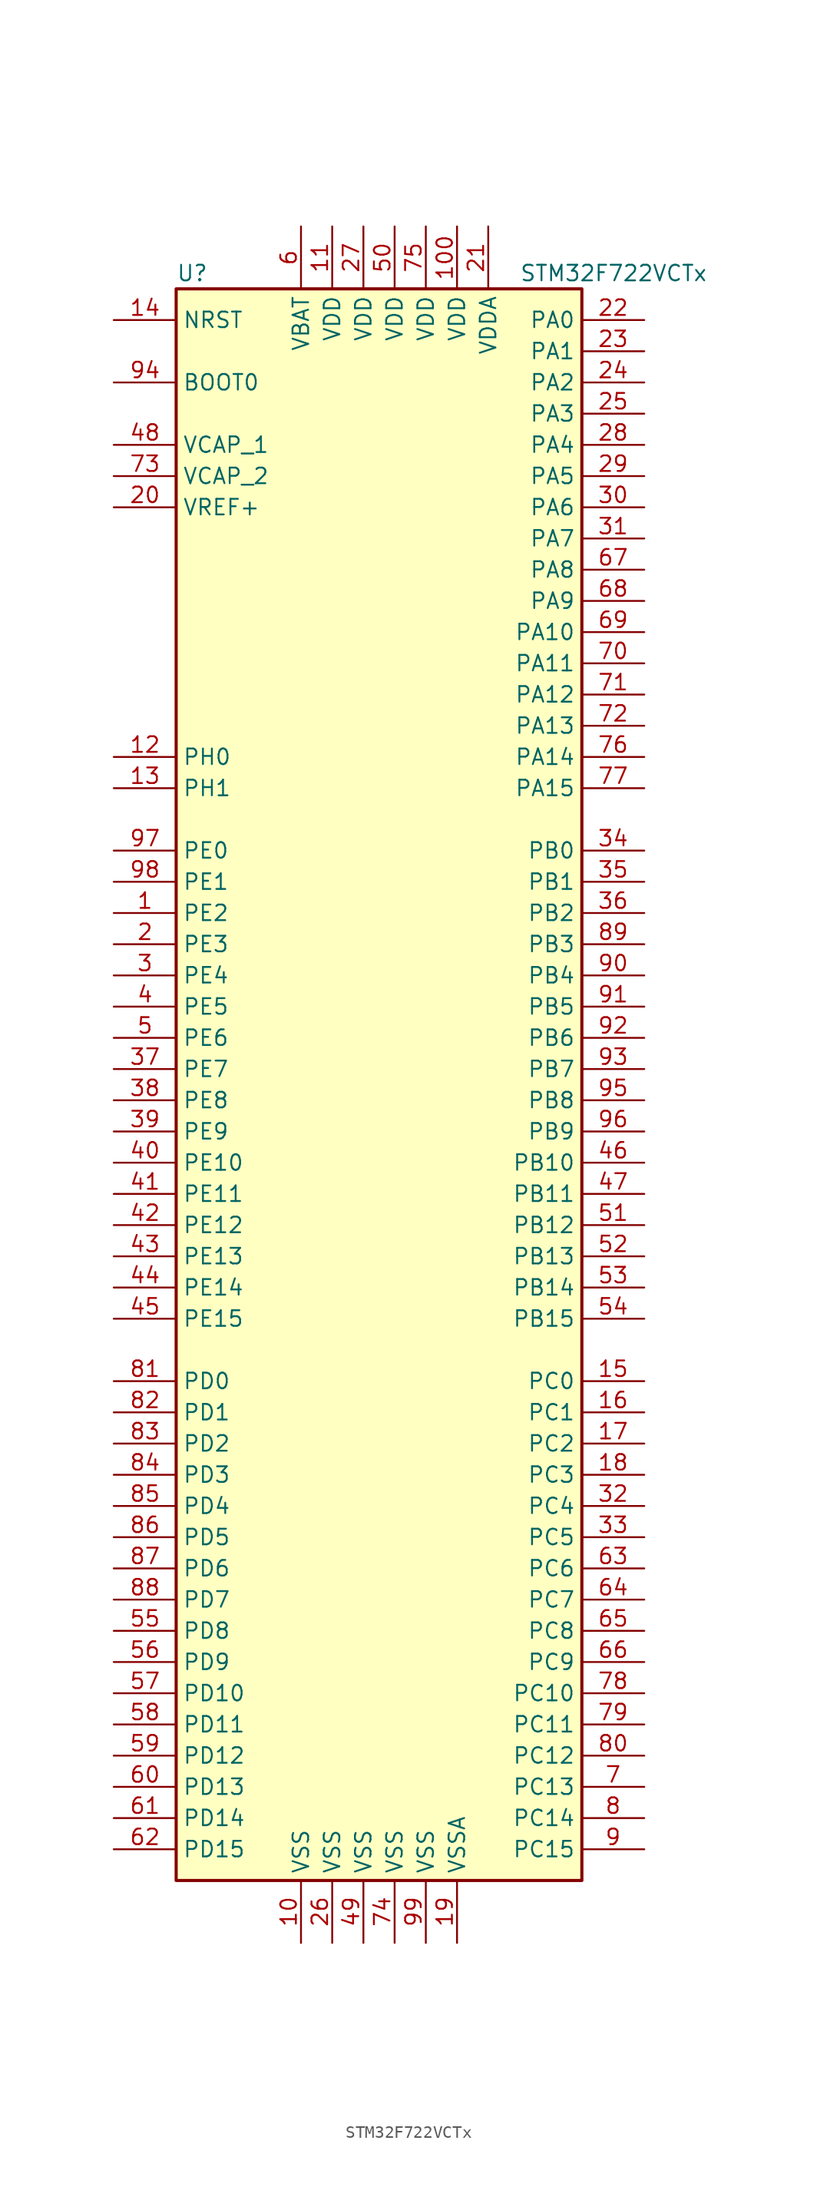
<source format=kicad_sym>
(kicad_symbol_lib
  (version 20201005)
  (generator kicad_symbol_editor)
  (symbol "STM32F722VCTx"
    (property "Reference" "U"
      (at -17.78 64.77 0)
      (effects (font (size 1.27 1.27)) (justify left)))
    (property "Value" "STM32F722VCTx"
      (at 10.16 64.77 0)
      (effects (font (size 1.27 1.27)) (justify left)))
    (symbol "STM32F722VCTx_0_1"
      (rectangle (start -17.78 -66.04) (end 15.24 63.5) (stroke (width 0.254)) (fill (type background))))
    (symbol "STM32F722VCTx_1_1"
      (pin input line (at -22.86 55.88 0) (length 5.08) (name "BOOT0" (effects (font (size 1.27 1.27)))) (number "94" (effects (font (size 1.27 1.27)))))
      (pin input line (at -22.86 60.96 0) (length 5.08) (name "NRST" (effects (font (size 1.27 1.27)))) (number "14" (effects (font (size 1.27 1.27)))))
      (pin bidirectional line (at 20.32 60.96 180) (length 5.08) (name "PA0" (effects (font (size 1.27 1.27)))) (number "22" (effects (font (size 1.27 1.27)))))
      (pin bidirectional line (at 20.32 58.42 180) (length 5.08) (name "PA1" (effects (font (size 1.27 1.27)))) (number "23" (effects (font (size 1.27 1.27)))))
      (pin bidirectional line (at 20.32 35.56 180) (length 5.08) (name "PA10" (effects (font (size 1.27 1.27)))) (number "69" (effects (font (size 1.27 1.27)))))
      (pin bidirectional line (at 20.32 33.02 180) (length 5.08) (name "PA11" (effects (font (size 1.27 1.27)))) (number "70" (effects (font (size 1.27 1.27)))))
      (pin bidirectional line (at 20.32 30.48 180) (length 5.08) (name "PA12" (effects (font (size 1.27 1.27)))) (number "71" (effects (font (size 1.27 1.27)))))
      (pin bidirectional line (at 20.32 27.94 180) (length 5.08) (name "PA13" (effects (font (size 1.27 1.27)))) (number "72" (effects (font (size 1.27 1.27)))))
      (pin bidirectional line (at 20.32 25.4 180) (length 5.08) (name "PA14" (effects (font (size 1.27 1.27)))) (number "76" (effects (font (size 1.27 1.27)))))
      (pin bidirectional line (at 20.32 22.86 180) (length 5.08) (name "PA15" (effects (font (size 1.27 1.27)))) (number "77" (effects (font (size 1.27 1.27)))))
      (pin bidirectional line (at 20.32 55.88 180) (length 5.08) (name "PA2" (effects (font (size 1.27 1.27)))) (number "24" (effects (font (size 1.27 1.27)))))
      (pin bidirectional line (at 20.32 53.34 180) (length 5.08) (name "PA3" (effects (font (size 1.27 1.27)))) (number "25" (effects (font (size 1.27 1.27)))))
      (pin bidirectional line (at 20.32 50.8 180) (length 5.08) (name "PA4" (effects (font (size 1.27 1.27)))) (number "28" (effects (font (size 1.27 1.27)))))
      (pin bidirectional line (at 20.32 48.26 180) (length 5.08) (name "PA5" (effects (font (size 1.27 1.27)))) (number "29" (effects (font (size 1.27 1.27)))))
      (pin bidirectional line (at 20.32 45.72 180) (length 5.08) (name "PA6" (effects (font (size 1.27 1.27)))) (number "30" (effects (font (size 1.27 1.27)))))
      (pin bidirectional line (at 20.32 43.18 180) (length 5.08) (name "PA7" (effects (font (size 1.27 1.27)))) (number "31" (effects (font (size 1.27 1.27)))))
      (pin bidirectional line (at 20.32 40.64 180) (length 5.08) (name "PA8" (effects (font (size 1.27 1.27)))) (number "67" (effects (font (size 1.27 1.27)))))
      (pin bidirectional line (at 20.32 38.1 180) (length 5.08) (name "PA9" (effects (font (size 1.27 1.27)))) (number "68" (effects (font (size 1.27 1.27)))))
      (pin bidirectional line (at 20.32 17.78 180) (length 5.08) (name "PB0" (effects (font (size 1.27 1.27)))) (number "34" (effects (font (size 1.27 1.27)))))
      (pin bidirectional line (at 20.32 15.24 180) (length 5.08) (name "PB1" (effects (font (size 1.27 1.27)))) (number "35" (effects (font (size 1.27 1.27)))))
      (pin bidirectional line (at 20.32 -7.62 180) (length 5.08) (name "PB10" (effects (font (size 1.27 1.27)))) (number "46" (effects (font (size 1.27 1.27)))))
      (pin bidirectional line (at 20.32 -10.16 180) (length 5.08) (name "PB11" (effects (font (size 1.27 1.27)))) (number "47" (effects (font (size 1.27 1.27)))))
      (pin bidirectional line (at 20.32 -12.7 180) (length 5.08) (name "PB12" (effects (font (size 1.27 1.27)))) (number "51" (effects (font (size 1.27 1.27)))))
      (pin bidirectional line (at 20.32 -15.24 180) (length 5.08) (name "PB13" (effects (font (size 1.27 1.27)))) (number "52" (effects (font (size 1.27 1.27)))))
      (pin bidirectional line (at 20.32 -17.78 180) (length 5.08) (name "PB14" (effects (font (size 1.27 1.27)))) (number "53" (effects (font (size 1.27 1.27)))))
      (pin bidirectional line (at 20.32 -20.32 180) (length 5.08) (name "PB15" (effects (font (size 1.27 1.27)))) (number "54" (effects (font (size 1.27 1.27)))))
      (pin bidirectional line (at 20.32 12.7 180) (length 5.08) (name "PB2" (effects (font (size 1.27 1.27)))) (number "36" (effects (font (size 1.27 1.27)))))
      (pin bidirectional line (at 20.32 10.16 180) (length 5.08) (name "PB3" (effects (font (size 1.27 1.27)))) (number "89" (effects (font (size 1.27 1.27)))))
      (pin bidirectional line (at 20.32 7.62 180) (length 5.08) (name "PB4" (effects (font (size 1.27 1.27)))) (number "90" (effects (font (size 1.27 1.27)))))
      (pin bidirectional line (at 20.32 5.08 180) (length 5.08) (name "PB5" (effects (font (size 1.27 1.27)))) (number "91" (effects (font (size 1.27 1.27)))))
      (pin bidirectional line (at 20.32 2.54 180) (length 5.08) (name "PB6" (effects (font (size 1.27 1.27)))) (number "92" (effects (font (size 1.27 1.27)))))
      (pin bidirectional line (at 20.32 0 180) (length 5.08) (name "PB7" (effects (font (size 1.27 1.27)))) (number "93" (effects (font (size 1.27 1.27)))))
      (pin bidirectional line (at 20.32 -2.54 180) (length 5.08) (name "PB8" (effects (font (size 1.27 1.27)))) (number "95" (effects (font (size 1.27 1.27)))))
      (pin bidirectional line (at 20.32 -5.08 180) (length 5.08) (name "PB9" (effects (font (size 1.27 1.27)))) (number "96" (effects (font (size 1.27 1.27)))))
      (pin bidirectional line (at 20.32 -25.4 180) (length 5.08) (name "PC0" (effects (font (size 1.27 1.27)))) (number "15" (effects (font (size 1.27 1.27)))))
      (pin bidirectional line (at 20.32 -27.94 180) (length 5.08) (name "PC1" (effects (font (size 1.27 1.27)))) (number "16" (effects (font (size 1.27 1.27)))))
      (pin bidirectional line (at 20.32 -50.8 180) (length 5.08) (name "PC10" (effects (font (size 1.27 1.27)))) (number "78" (effects (font (size 1.27 1.27)))))
      (pin bidirectional line (at 20.32 -53.34 180) (length 5.08) (name "PC11" (effects (font (size 1.27 1.27)))) (number "79" (effects (font (size 1.27 1.27)))))
      (pin bidirectional line (at 20.32 -55.88 180) (length 5.08) (name "PC12" (effects (font (size 1.27 1.27)))) (number "80" (effects (font (size 1.27 1.27)))))
      (pin bidirectional line (at 20.32 -58.42 180) (length 5.08) (name "PC13" (effects (font (size 1.27 1.27)))) (number "7" (effects (font (size 1.27 1.27)))))
      (pin bidirectional line (at 20.32 -60.96 180) (length 5.08) (name "PC14" (effects (font (size 1.27 1.27)))) (number "8" (effects (font (size 1.27 1.27)))))
      (pin bidirectional line (at 20.32 -63.5 180) (length 5.08) (name "PC15" (effects (font (size 1.27 1.27)))) (number "9" (effects (font (size 1.27 1.27)))))
      (pin bidirectional line (at 20.32 -30.48 180) (length 5.08) (name "PC2" (effects (font (size 1.27 1.27)))) (number "17" (effects (font (size 1.27 1.27)))))
      (pin bidirectional line (at 20.32 -33.02 180) (length 5.08) (name "PC3" (effects (font (size 1.27 1.27)))) (number "18" (effects (font (size 1.27 1.27)))))
      (pin bidirectional line (at 20.32 -35.56 180) (length 5.08) (name "PC4" (effects (font (size 1.27 1.27)))) (number "32" (effects (font (size 1.27 1.27)))))
      (pin bidirectional line (at 20.32 -38.1 180) (length 5.08) (name "PC5" (effects (font (size 1.27 1.27)))) (number "33" (effects (font (size 1.27 1.27)))))
      (pin bidirectional line (at 20.32 -40.64 180) (length 5.08) (name "PC6" (effects (font (size 1.27 1.27)))) (number "63" (effects (font (size 1.27 1.27)))))
      (pin bidirectional line (at 20.32 -43.18 180) (length 5.08) (name "PC7" (effects (font (size 1.27 1.27)))) (number "64" (effects (font (size 1.27 1.27)))))
      (pin bidirectional line (at 20.32 -45.72 180) (length 5.08) (name "PC8" (effects (font (size 1.27 1.27)))) (number "65" (effects (font (size 1.27 1.27)))))
      (pin bidirectional line (at 20.32 -48.26 180) (length 5.08) (name "PC9" (effects (font (size 1.27 1.27)))) (number "66" (effects (font (size 1.27 1.27)))))
      (pin bidirectional line (at -22.86 -25.4 0) (length 5.08) (name "PD0" (effects (font (size 1.27 1.27)))) (number "81" (effects (font (size 1.27 1.27)))))
      (pin bidirectional line (at -22.86 -27.94 0) (length 5.08) (name "PD1" (effects (font (size 1.27 1.27)))) (number "82" (effects (font (size 1.27 1.27)))))
      (pin bidirectional line (at -22.86 -50.8 0) (length 5.08) (name "PD10" (effects (font (size 1.27 1.27)))) (number "57" (effects (font (size 1.27 1.27)))))
      (pin bidirectional line (at -22.86 -53.34 0) (length 5.08) (name "PD11" (effects (font (size 1.27 1.27)))) (number "58" (effects (font (size 1.27 1.27)))))
      (pin bidirectional line (at -22.86 -55.88 0) (length 5.08) (name "PD12" (effects (font (size 1.27 1.27)))) (number "59" (effects (font (size 1.27 1.27)))))
      (pin bidirectional line (at -22.86 -58.42 0) (length 5.08) (name "PD13" (effects (font (size 1.27 1.27)))) (number "60" (effects (font (size 1.27 1.27)))))
      (pin bidirectional line (at -22.86 -60.96 0) (length 5.08) (name "PD14" (effects (font (size 1.27 1.27)))) (number "61" (effects (font (size 1.27 1.27)))))
      (pin bidirectional line (at -22.86 -63.5 0) (length 5.08) (name "PD15" (effects (font (size 1.27 1.27)))) (number "62" (effects (font (size 1.27 1.27)))))
      (pin bidirectional line (at -22.86 -30.48 0) (length 5.08) (name "PD2" (effects (font (size 1.27 1.27)))) (number "83" (effects (font (size 1.27 1.27)))))
      (pin bidirectional line (at -22.86 -33.02 0) (length 5.08) (name "PD3" (effects (font (size 1.27 1.27)))) (number "84" (effects (font (size 1.27 1.27)))))
      (pin bidirectional line (at -22.86 -35.56 0) (length 5.08) (name "PD4" (effects (font (size 1.27 1.27)))) (number "85" (effects (font (size 1.27 1.27)))))
      (pin bidirectional line (at -22.86 -38.1 0) (length 5.08) (name "PD5" (effects (font (size 1.27 1.27)))) (number "86" (effects (font (size 1.27 1.27)))))
      (pin bidirectional line (at -22.86 -40.64 0) (length 5.08) (name "PD6" (effects (font (size 1.27 1.27)))) (number "87" (effects (font (size 1.27 1.27)))))
      (pin bidirectional line (at -22.86 -43.18 0) (length 5.08) (name "PD7" (effects (font (size 1.27 1.27)))) (number "88" (effects (font (size 1.27 1.27)))))
      (pin bidirectional line (at -22.86 -45.72 0) (length 5.08) (name "PD8" (effects (font (size 1.27 1.27)))) (number "55" (effects (font (size 1.27 1.27)))))
      (pin bidirectional line (at -22.86 -48.26 0) (length 5.08) (name "PD9" (effects (font (size 1.27 1.27)))) (number "56" (effects (font (size 1.27 1.27)))))
      (pin bidirectional line (at -22.86 17.78 0) (length 5.08) (name "PE0" (effects (font (size 1.27 1.27)))) (number "97" (effects (font (size 1.27 1.27)))))
      (pin bidirectional line (at -22.86 15.24 0) (length 5.08) (name "PE1" (effects (font (size 1.27 1.27)))) (number "98" (effects (font (size 1.27 1.27)))))
      (pin bidirectional line (at -22.86 -7.62 0) (length 5.08) (name "PE10" (effects (font (size 1.27 1.27)))) (number "40" (effects (font (size 1.27 1.27)))))
      (pin bidirectional line (at -22.86 -10.16 0) (length 5.08) (name "PE11" (effects (font (size 1.27 1.27)))) (number "41" (effects (font (size 1.27 1.27)))))
      (pin bidirectional line (at -22.86 -12.7 0) (length 5.08) (name "PE12" (effects (font (size 1.27 1.27)))) (number "42" (effects (font (size 1.27 1.27)))))
      (pin bidirectional line (at -22.86 -15.24 0) (length 5.08) (name "PE13" (effects (font (size 1.27 1.27)))) (number "43" (effects (font (size 1.27 1.27)))))
      (pin bidirectional line (at -22.86 -17.78 0) (length 5.08) (name "PE14" (effects (font (size 1.27 1.27)))) (number "44" (effects (font (size 1.27 1.27)))))
      (pin bidirectional line (at -22.86 -20.32 0) (length 5.08) (name "PE15" (effects (font (size 1.27 1.27)))) (number "45" (effects (font (size 1.27 1.27)))))
      (pin bidirectional line (at -22.86 12.7 0) (length 5.08) (name "PE2" (effects (font (size 1.27 1.27)))) (number "1" (effects (font (size 1.27 1.27)))))
      (pin bidirectional line (at -22.86 10.16 0) (length 5.08) (name "PE3" (effects (font (size 1.27 1.27)))) (number "2" (effects (font (size 1.27 1.27)))))
      (pin bidirectional line (at -22.86 7.62 0) (length 5.08) (name "PE4" (effects (font (size 1.27 1.27)))) (number "3" (effects (font (size 1.27 1.27)))))
      (pin bidirectional line (at -22.86 5.08 0) (length 5.08) (name "PE5" (effects (font (size 1.27 1.27)))) (number "4" (effects (font (size 1.27 1.27)))))
      (pin bidirectional line (at -22.86 2.54 0) (length 5.08) (name "PE6" (effects (font (size 1.27 1.27)))) (number "5" (effects (font (size 1.27 1.27)))))
      (pin bidirectional line (at -22.86 0 0) (length 5.08) (name "PE7" (effects (font (size 1.27 1.27)))) (number "37" (effects (font (size 1.27 1.27)))))
      (pin bidirectional line (at -22.86 -2.54 0) (length 5.08) (name "PE8" (effects (font (size 1.27 1.27)))) (number "38" (effects (font (size 1.27 1.27)))))
      (pin bidirectional line (at -22.86 -5.08 0) (length 5.08) (name "PE9" (effects (font (size 1.27 1.27)))) (number "39" (effects (font (size 1.27 1.27)))))
      (pin input line (at -22.86 25.4 0) (length 5.08) (name "PH0" (effects (font (size 1.27 1.27)))) (number "12" (effects (font (size 1.27 1.27)))))
      (pin input line (at -22.86 22.86 0) (length 5.08) (name "PH1" (effects (font (size 1.27 1.27)))) (number "13" (effects (font (size 1.27 1.27)))))
      (pin power_in line (at -7.62 68.58 270) (length 5.08) (name "VBAT" (effects (font (size 1.27 1.27)))) (number "6" (effects (font (size 1.27 1.27)))))
      (pin power_in line (at -22.86 50.8 0) (length 5.08) (name "VCAP_1" (effects (font (size 1.27 1.27)))) (number "48" (effects (font (size 1.27 1.27)))))
      (pin power_in line (at -22.86 48.26 0) (length 5.08) (name "VCAP_2" (effects (font (size 1.27 1.27)))) (number "73" (effects (font (size 1.27 1.27)))))
      (pin power_in line (at 5.08 68.58 270) (length 5.08) (name "VDD" (effects (font (size 1.27 1.27)))) (number "100" (effects (font (size 1.27 1.27)))))
      (pin power_in line (at -5.08 68.58 270) (length 5.08) (name "VDD" (effects (font (size 1.27 1.27)))) (number "11" (effects (font (size 1.27 1.27)))))
      (pin power_in line (at -2.54 68.58 270) (length 5.08) (name "VDD" (effects (font (size 1.27 1.27)))) (number "27" (effects (font (size 1.27 1.27)))))
      (pin power_in line (at 0 68.58 270) (length 5.08) (name "VDD" (effects (font (size 1.27 1.27)))) (number "50" (effects (font (size 1.27 1.27)))))
      (pin power_in line (at 2.54 68.58 270) (length 5.08) (name "VDD" (effects (font (size 1.27 1.27)))) (number "75" (effects (font (size 1.27 1.27)))))
      (pin power_in line (at 7.62 68.58 270) (length 5.08) (name "VDDA" (effects (font (size 1.27 1.27)))) (number "21" (effects (font (size 1.27 1.27)))))
      (pin power_in line (at -22.86 45.72 0) (length 5.08) (name "VREF+" (effects (font (size 1.27 1.27)))) (number "20" (effects (font (size 1.27 1.27)))))
      (pin power_in line (at -7.62 -71.12 90) (length 5.08) (name "VSS" (effects (font (size 1.27 1.27)))) (number "10" (effects (font (size 1.27 1.27)))))
      (pin power_in line (at -5.08 -71.12 90) (length 5.08) (name "VSS" (effects (font (size 1.27 1.27)))) (number "26" (effects (font (size 1.27 1.27)))))
      (pin power_in line (at -2.54 -71.12 90) (length 5.08) (name "VSS" (effects (font (size 1.27 1.27)))) (number "49" (effects (font (size 1.27 1.27)))))
      (pin power_in line (at 0 -71.12 90) (length 5.08) (name "VSS" (effects (font (size 1.27 1.27)))) (number "74" (effects (font (size 1.27 1.27)))))
      (pin power_in line (at 2.54 -71.12 90) (length 5.08) (name "VSS" (effects (font (size 1.27 1.27)))) (number "99" (effects (font (size 1.27 1.27)))))
      (pin power_in line (at 5.08 -71.12 90) (length 5.08) (name "VSSA" (effects (font (size 1.27 1.27)))) (number "19" (effects (font (size 1.27 1.27))))))))
</source>
